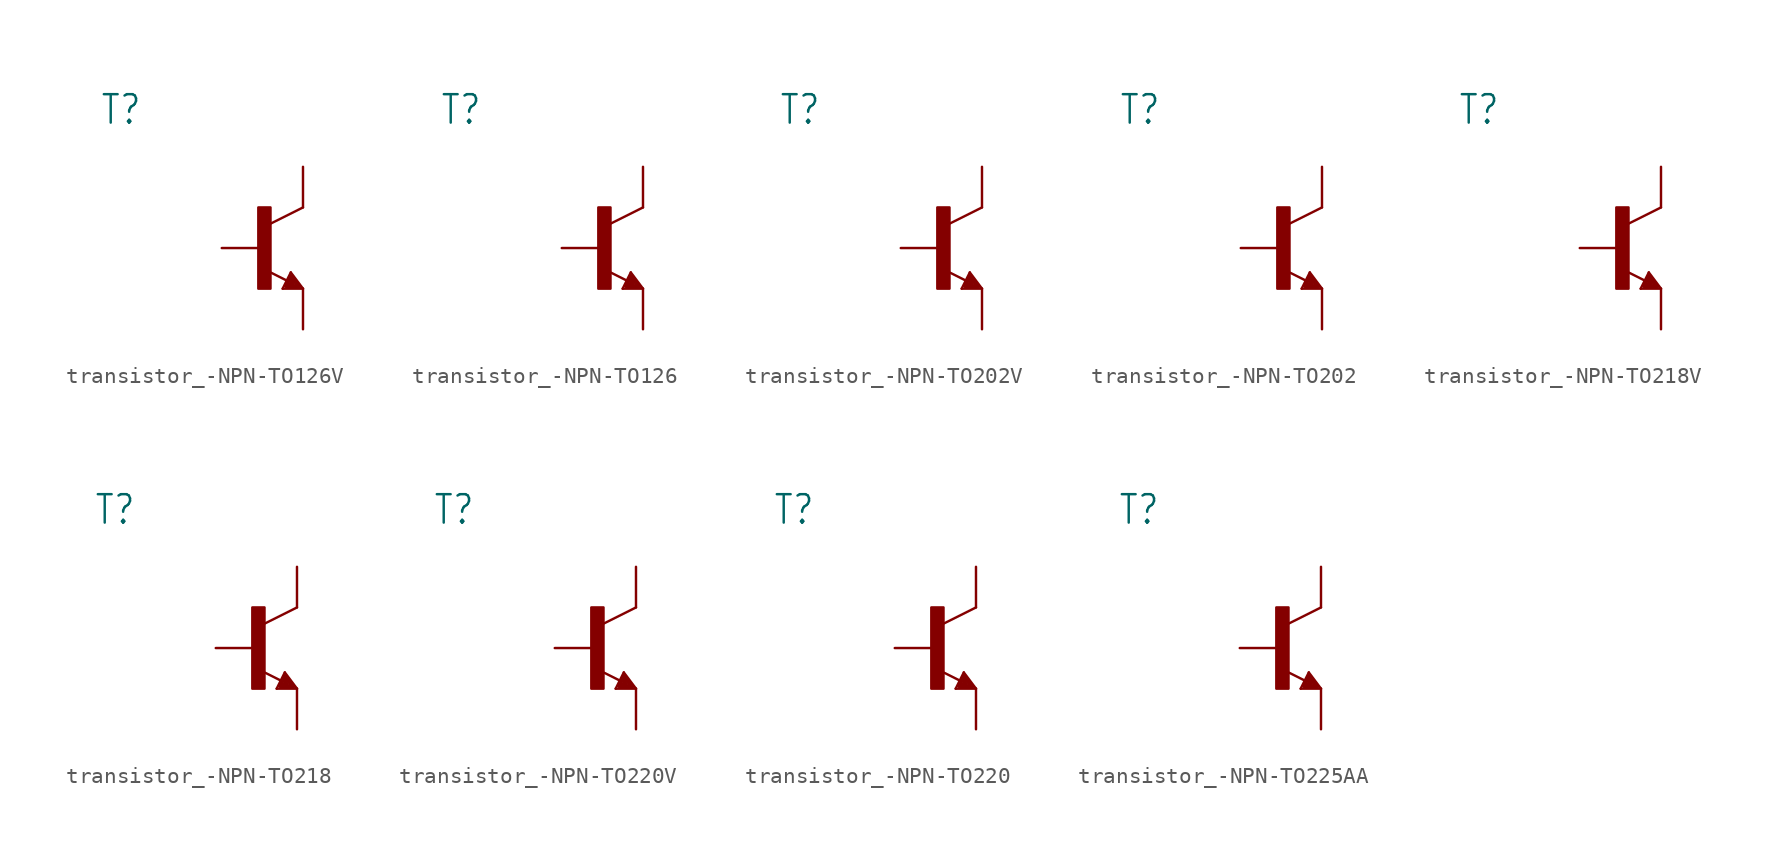
<source format=kicad_sym>
(kicad_symbol_lib
  (version 20241209)
  (generator "kicad_symbol_editor")
  (generator_version "9.0")
  (symbol "transistor_-NPN-TO126V"
    (property "Reference" "T"
      (at -10.16 7.62 0)
      (effects (font (size 1.778 1.511)) (justify left bottom)))
    (property "Value" ""
      (at -10.16 5.08 0)
      (effects (font (size 1.778 1.511)) (justify left bottom)))
    (property "ki_locked" ""
      (at 0 0 0)
      (effects (font (size 1.27 1.27))))
    (symbol "transistor_-NPN-TO126V_1_0"
      (rectangle (start -0.254 -2.54) (end 0.508 2.54) (stroke (width 0) (type default)) (fill (type outline)))
      (polyline (pts (xy 1.27 -2.54) (xy 1.778 -1.524)) (stroke (width 0.152) (type solid)) (fill (type none)))
      (polyline (pts (xy 1.524 -2.286) (xy 1.905 -2.286)) (stroke (width 0.254) (type solid)) (fill (type none)))
      (polyline (pts (xy 1.524 -2.413) (xy 2.286 -2.413)) (stroke (width 0.254) (type solid)) (fill (type none)))
      (polyline (pts (xy 1.54 -2.04) (xy 0.308 -1.424)) (stroke (width 0.152) (type solid)) (fill (type none)))
      (polyline (pts (xy 1.778 -1.524) (xy 2.54 -2.54)) (stroke (width 0.152) (type solid)) (fill (type none)))
      (polyline (pts (xy 1.778 -1.778) (xy 1.524 -2.286)) (stroke (width 0.254) (type solid)) (fill (type none)))
      (polyline (pts (xy 1.905 -2.286) (xy 1.778 -2.032)) (stroke (width 0.254) (type solid)) (fill (type none)))
      (polyline (pts (xy 2.286 -2.413) (xy 1.778 -1.778)) (stroke (width 0.254) (type solid)) (fill (type none)))
      (polyline (pts (xy 2.54 2.54) (xy 0.508 1.524)) (stroke (width 0.152) (type solid)) (fill (type none)))
      (polyline (pts (xy 2.54 -2.54) (xy 1.27 -2.54)) (stroke (width 0.152) (type solid)) (fill (type none)))
      (pin passive line (at -2.54 0 0) (length 2.54) (name "B" (effects (font (size 0 0)))) (number "3" (effects (font (size 0 0)))))
      (pin passive line (at 2.54 5.08 270) (length 2.54) (name "C" (effects (font (size 0 0)))) (number "2" (effects (font (size 0 0)))))
      (pin passive line (at 2.54 -5.08 90) (length 2.54) (name "E" (effects (font (size 0 0)))) (number "1" (effects (font (size 0 0)))))))
  (symbol "transistor_-NPN-TO126"
    (property "Reference" "T"
      (at -10.16 7.62 0)
      (effects (font (size 1.778 1.511)) (justify left bottom)))
    (property "Value" ""
      (at -10.16 5.08 0)
      (effects (font (size 1.778 1.511)) (justify left bottom)))
    (property "ki_locked" ""
      (at 0 0 0)
      (effects (font (size 1.27 1.27))))
    (symbol "transistor_-NPN-TO126_1_0"
      (rectangle (start -0.254 -2.54) (end 0.508 2.54) (stroke (width 0) (type default)) (fill (type outline)))
      (polyline (pts (xy 1.27 -2.54) (xy 1.778 -1.524)) (stroke (width 0.152) (type solid)) (fill (type none)))
      (polyline (pts (xy 1.524 -2.286) (xy 1.905 -2.286)) (stroke (width 0.254) (type solid)) (fill (type none)))
      (polyline (pts (xy 1.524 -2.413) (xy 2.286 -2.413)) (stroke (width 0.254) (type solid)) (fill (type none)))
      (polyline (pts (xy 1.54 -2.04) (xy 0.308 -1.424)) (stroke (width 0.152) (type solid)) (fill (type none)))
      (polyline (pts (xy 1.778 -1.524) (xy 2.54 -2.54)) (stroke (width 0.152) (type solid)) (fill (type none)))
      (polyline (pts (xy 1.778 -1.778) (xy 1.524 -2.286)) (stroke (width 0.254) (type solid)) (fill (type none)))
      (polyline (pts (xy 1.905 -2.286) (xy 1.778 -2.032)) (stroke (width 0.254) (type solid)) (fill (type none)))
      (polyline (pts (xy 2.286 -2.413) (xy 1.778 -1.778)) (stroke (width 0.254) (type solid)) (fill (type none)))
      (polyline (pts (xy 2.54 2.54) (xy 0.508 1.524)) (stroke (width 0.152) (type solid)) (fill (type none)))
      (polyline (pts (xy 2.54 -2.54) (xy 1.27 -2.54)) (stroke (width 0.152) (type solid)) (fill (type none)))
      (pin passive line (at -2.54 0 0) (length 2.54) (name "B" (effects (font (size 0 0)))) (number "3" (effects (font (size 0 0)))))
      (pin passive line (at 2.54 5.08 270) (length 2.54) (name "C" (effects (font (size 0 0)))) (number "2" (effects (font (size 0 0)))))
      (pin passive line (at 2.54 -5.08 90) (length 2.54) (name "E" (effects (font (size 0 0)))) (number "1" (effects (font (size 0 0)))))))
  (symbol "transistor_-NPN-TO202V"
    (property "Reference" "T"
      (at -10.16 7.62 0)
      (effects (font (size 1.778 1.511)) (justify left bottom)))
    (property "Value" ""
      (at -10.16 5.08 0)
      (effects (font (size 1.778 1.511)) (justify left bottom)))
    (property "ki_locked" ""
      (at 0 0 0)
      (effects (font (size 1.27 1.27))))
    (symbol "transistor_-NPN-TO202V_1_0"
      (rectangle (start -0.254 -2.54) (end 0.508 2.54) (stroke (width 0) (type default)) (fill (type outline)))
      (polyline (pts (xy 1.27 -2.54) (xy 1.778 -1.524)) (stroke (width 0.152) (type solid)) (fill (type none)))
      (polyline (pts (xy 1.524 -2.286) (xy 1.905 -2.286)) (stroke (width 0.254) (type solid)) (fill (type none)))
      (polyline (pts (xy 1.524 -2.413) (xy 2.286 -2.413)) (stroke (width 0.254) (type solid)) (fill (type none)))
      (polyline (pts (xy 1.54 -2.04) (xy 0.308 -1.424)) (stroke (width 0.152) (type solid)) (fill (type none)))
      (polyline (pts (xy 1.778 -1.524) (xy 2.54 -2.54)) (stroke (width 0.152) (type solid)) (fill (type none)))
      (polyline (pts (xy 1.778 -1.778) (xy 1.524 -2.286)) (stroke (width 0.254) (type solid)) (fill (type none)))
      (polyline (pts (xy 1.905 -2.286) (xy 1.778 -2.032)) (stroke (width 0.254) (type solid)) (fill (type none)))
      (polyline (pts (xy 2.286 -2.413) (xy 1.778 -1.778)) (stroke (width 0.254) (type solid)) (fill (type none)))
      (polyline (pts (xy 2.54 2.54) (xy 0.508 1.524)) (stroke (width 0.152) (type solid)) (fill (type none)))
      (polyline (pts (xy 2.54 -2.54) (xy 1.27 -2.54)) (stroke (width 0.152) (type solid)) (fill (type none)))
      (pin passive line (at -2.54 0 0) (length 2.54) (name "B" (effects (font (size 0 0)))) (number "3" (effects (font (size 0 0)))))
      (pin passive line (at 2.54 5.08 270) (length 2.54) (name "C" (effects (font (size 0 0)))) (number "2" (effects (font (size 0 0)))))
      (pin passive line (at 2.54 -5.08 90) (length 2.54) (name "E" (effects (font (size 0 0)))) (number "1" (effects (font (size 0 0)))))))
  (symbol "transistor_-NPN-TO202"
    (property "Reference" "T"
      (at -10.16 7.62 0)
      (effects (font (size 1.778 1.511)) (justify left bottom)))
    (property "Value" ""
      (at -10.16 5.08 0)
      (effects (font (size 1.778 1.511)) (justify left bottom)))
    (property "ki_locked" ""
      (at 0 0 0)
      (effects (font (size 1.27 1.27))))
    (symbol "transistor_-NPN-TO202_1_0"
      (rectangle (start -0.254 -2.54) (end 0.508 2.54) (stroke (width 0) (type default)) (fill (type outline)))
      (polyline (pts (xy 1.27 -2.54) (xy 1.778 -1.524)) (stroke (width 0.152) (type solid)) (fill (type none)))
      (polyline (pts (xy 1.524 -2.286) (xy 1.905 -2.286)) (stroke (width 0.254) (type solid)) (fill (type none)))
      (polyline (pts (xy 1.524 -2.413) (xy 2.286 -2.413)) (stroke (width 0.254) (type solid)) (fill (type none)))
      (polyline (pts (xy 1.54 -2.04) (xy 0.308 -1.424)) (stroke (width 0.152) (type solid)) (fill (type none)))
      (polyline (pts (xy 1.778 -1.524) (xy 2.54 -2.54)) (stroke (width 0.152) (type solid)) (fill (type none)))
      (polyline (pts (xy 1.778 -1.778) (xy 1.524 -2.286)) (stroke (width 0.254) (type solid)) (fill (type none)))
      (polyline (pts (xy 1.905 -2.286) (xy 1.778 -2.032)) (stroke (width 0.254) (type solid)) (fill (type none)))
      (polyline (pts (xy 2.286 -2.413) (xy 1.778 -1.778)) (stroke (width 0.254) (type solid)) (fill (type none)))
      (polyline (pts (xy 2.54 2.54) (xy 0.508 1.524)) (stroke (width 0.152) (type solid)) (fill (type none)))
      (polyline (pts (xy 2.54 -2.54) (xy 1.27 -2.54)) (stroke (width 0.152) (type solid)) (fill (type none)))
      (pin passive line (at -2.54 0 0) (length 2.54) (name "B" (effects (font (size 0 0)))) (number "3" (effects (font (size 0 0)))))
      (pin passive line (at 2.54 5.08 270) (length 2.54) (name "C" (effects (font (size 0 0)))) (number "2" (effects (font (size 0 0)))))
      (pin passive line (at 2.54 -5.08 90) (length 2.54) (name "E" (effects (font (size 0 0)))) (number "1" (effects (font (size 0 0)))))))
  (symbol "transistor_-NPN-TO218V"
    (property "Reference" "T"
      (at -10.16 7.62 0)
      (effects (font (size 1.778 1.511)) (justify left bottom)))
    (property "Value" ""
      (at -10.16 5.08 0)
      (effects (font (size 1.778 1.511)) (justify left bottom)))
    (property "ki_locked" ""
      (at 0 0 0)
      (effects (font (size 1.27 1.27))))
    (symbol "transistor_-NPN-TO218V_1_0"
      (rectangle (start -0.254 -2.54) (end 0.508 2.54) (stroke (width 0) (type default)) (fill (type outline)))
      (polyline (pts (xy 1.27 -2.54) (xy 1.778 -1.524)) (stroke (width 0.152) (type solid)) (fill (type none)))
      (polyline (pts (xy 1.524 -2.286) (xy 1.905 -2.286)) (stroke (width 0.254) (type solid)) (fill (type none)))
      (polyline (pts (xy 1.524 -2.413) (xy 2.286 -2.413)) (stroke (width 0.254) (type solid)) (fill (type none)))
      (polyline (pts (xy 1.54 -2.04) (xy 0.308 -1.424)) (stroke (width 0.152) (type solid)) (fill (type none)))
      (polyline (pts (xy 1.778 -1.524) (xy 2.54 -2.54)) (stroke (width 0.152) (type solid)) (fill (type none)))
      (polyline (pts (xy 1.778 -1.778) (xy 1.524 -2.286)) (stroke (width 0.254) (type solid)) (fill (type none)))
      (polyline (pts (xy 1.905 -2.286) (xy 1.778 -2.032)) (stroke (width 0.254) (type solid)) (fill (type none)))
      (polyline (pts (xy 2.286 -2.413) (xy 1.778 -1.778)) (stroke (width 0.254) (type solid)) (fill (type none)))
      (polyline (pts (xy 2.54 2.54) (xy 0.508 1.524)) (stroke (width 0.152) (type solid)) (fill (type none)))
      (polyline (pts (xy 2.54 -2.54) (xy 1.27 -2.54)) (stroke (width 0.152) (type solid)) (fill (type none)))
      (pin passive line (at -2.54 0 0) (length 2.54) (name "B" (effects (font (size 0 0)))) (number "1" (effects (font (size 0 0)))))
      (pin passive line (at 2.54 5.08 270) (length 2.54) (name "C" (effects (font (size 0 0)))) (number "2" (effects (font (size 0 0)))))
      (pin passive line (at 2.54 -5.08 90) (length 2.54) (name "E" (effects (font (size 0 0)))) (number "3" (effects (font (size 0 0)))))))
  (symbol "transistor_-NPN-TO218"
    (property "Reference" "T"
      (at -10.16 7.62 0)
      (effects (font (size 1.778 1.511)) (justify left bottom)))
    (property "Value" ""
      (at -10.16 5.08 0)
      (effects (font (size 1.778 1.511)) (justify left bottom)))
    (property "ki_locked" ""
      (at 0 0 0)
      (effects (font (size 1.27 1.27))))
    (symbol "transistor_-NPN-TO218_1_0"
      (rectangle (start -0.254 -2.54) (end 0.508 2.54) (stroke (width 0) (type default)) (fill (type outline)))
      (polyline (pts (xy 1.27 -2.54) (xy 1.778 -1.524)) (stroke (width 0.152) (type solid)) (fill (type none)))
      (polyline (pts (xy 1.524 -2.286) (xy 1.905 -2.286)) (stroke (width 0.254) (type solid)) (fill (type none)))
      (polyline (pts (xy 1.524 -2.413) (xy 2.286 -2.413)) (stroke (width 0.254) (type solid)) (fill (type none)))
      (polyline (pts (xy 1.54 -2.04) (xy 0.308 -1.424)) (stroke (width 0.152) (type solid)) (fill (type none)))
      (polyline (pts (xy 1.778 -1.524) (xy 2.54 -2.54)) (stroke (width 0.152) (type solid)) (fill (type none)))
      (polyline (pts (xy 1.778 -1.778) (xy 1.524 -2.286)) (stroke (width 0.254) (type solid)) (fill (type none)))
      (polyline (pts (xy 1.905 -2.286) (xy 1.778 -2.032)) (stroke (width 0.254) (type solid)) (fill (type none)))
      (polyline (pts (xy 2.286 -2.413) (xy 1.778 -1.778)) (stroke (width 0.254) (type solid)) (fill (type none)))
      (polyline (pts (xy 2.54 2.54) (xy 0.508 1.524)) (stroke (width 0.152) (type solid)) (fill (type none)))
      (polyline (pts (xy 2.54 -2.54) (xy 1.27 -2.54)) (stroke (width 0.152) (type solid)) (fill (type none)))
      (pin passive line (at -2.54 0 0) (length 2.54) (name "B" (effects (font (size 0 0)))) (number "1" (effects (font (size 0 0)))))
      (pin passive line (at 2.54 5.08 270) (length 2.54) (name "C" (effects (font (size 0 0)))) (number "2" (effects (font (size 0 0)))))
      (pin passive line (at 2.54 -5.08 90) (length 2.54) (name "E" (effects (font (size 0 0)))) (number "3" (effects (font (size 0 0)))))))
  (symbol "transistor_-NPN-TO220V"
    (property "Reference" "T"
      (at -10.16 7.62 0)
      (effects (font (size 1.778 1.511)) (justify left bottom)))
    (property "Value" ""
      (at -10.16 5.08 0)
      (effects (font (size 1.778 1.511)) (justify left bottom)))
    (property "ki_locked" ""
      (at 0 0 0)
      (effects (font (size 1.27 1.27))))
    (symbol "transistor_-NPN-TO220V_1_0"
      (rectangle (start -0.254 -2.54) (end 0.508 2.54) (stroke (width 0) (type default)) (fill (type outline)))
      (polyline (pts (xy 1.27 -2.54) (xy 1.778 -1.524)) (stroke (width 0.152) (type solid)) (fill (type none)))
      (polyline (pts (xy 1.524 -2.286) (xy 1.905 -2.286)) (stroke (width 0.254) (type solid)) (fill (type none)))
      (polyline (pts (xy 1.524 -2.413) (xy 2.286 -2.413)) (stroke (width 0.254) (type solid)) (fill (type none)))
      (polyline (pts (xy 1.54 -2.04) (xy 0.308 -1.424)) (stroke (width 0.152) (type solid)) (fill (type none)))
      (polyline (pts (xy 1.778 -1.524) (xy 2.54 -2.54)) (stroke (width 0.152) (type solid)) (fill (type none)))
      (polyline (pts (xy 1.778 -1.778) (xy 1.524 -2.286)) (stroke (width 0.254) (type solid)) (fill (type none)))
      (polyline (pts (xy 1.905 -2.286) (xy 1.778 -2.032)) (stroke (width 0.254) (type solid)) (fill (type none)))
      (polyline (pts (xy 2.286 -2.413) (xy 1.778 -1.778)) (stroke (width 0.254) (type solid)) (fill (type none)))
      (polyline (pts (xy 2.54 2.54) (xy 0.508 1.524)) (stroke (width 0.152) (type solid)) (fill (type none)))
      (polyline (pts (xy 2.54 -2.54) (xy 1.27 -2.54)) (stroke (width 0.152) (type solid)) (fill (type none)))
      (pin passive line (at -2.54 0 0) (length 2.54) (name "B" (effects (font (size 0 0)))) (number "1" (effects (font (size 0 0)))))
      (pin passive line (at 2.54 5.08 270) (length 2.54) (name "C" (effects (font (size 0 0)))) (number "2" (effects (font (size 0 0)))))
      (pin passive line (at 2.54 -5.08 90) (length 2.54) (name "E" (effects (font (size 0 0)))) (number "3" (effects (font (size 0 0)))))))
  (symbol "transistor_-NPN-TO220"
    (property "Reference" "T"
      (at -10.16 7.62 0)
      (effects (font (size 1.778 1.511)) (justify left bottom)))
    (property "Value" ""
      (at -10.16 5.08 0)
      (effects (font (size 1.778 1.511)) (justify left bottom)))
    (property "ki_locked" ""
      (at 0 0 0)
      (effects (font (size 1.27 1.27))))
    (symbol "transistor_-NPN-TO220_1_0"
      (rectangle (start -0.254 -2.54) (end 0.508 2.54) (stroke (width 0) (type default)) (fill (type outline)))
      (polyline (pts (xy 1.27 -2.54) (xy 1.778 -1.524)) (stroke (width 0.152) (type solid)) (fill (type none)))
      (polyline (pts (xy 1.524 -2.286) (xy 1.905 -2.286)) (stroke (width 0.254) (type solid)) (fill (type none)))
      (polyline (pts (xy 1.524 -2.413) (xy 2.286 -2.413)) (stroke (width 0.254) (type solid)) (fill (type none)))
      (polyline (pts (xy 1.54 -2.04) (xy 0.308 -1.424)) (stroke (width 0.152) (type solid)) (fill (type none)))
      (polyline (pts (xy 1.778 -1.524) (xy 2.54 -2.54)) (stroke (width 0.152) (type solid)) (fill (type none)))
      (polyline (pts (xy 1.778 -1.778) (xy 1.524 -2.286)) (stroke (width 0.254) (type solid)) (fill (type none)))
      (polyline (pts (xy 1.905 -2.286) (xy 1.778 -2.032)) (stroke (width 0.254) (type solid)) (fill (type none)))
      (polyline (pts (xy 2.286 -2.413) (xy 1.778 -1.778)) (stroke (width 0.254) (type solid)) (fill (type none)))
      (polyline (pts (xy 2.54 2.54) (xy 0.508 1.524)) (stroke (width 0.152) (type solid)) (fill (type none)))
      (polyline (pts (xy 2.54 -2.54) (xy 1.27 -2.54)) (stroke (width 0.152) (type solid)) (fill (type none)))
      (pin passive line (at -2.54 0 0) (length 2.54) (name "B" (effects (font (size 0 0)))) (number "1" (effects (font (size 0 0)))))
      (pin passive line (at 2.54 5.08 270) (length 2.54) (name "C" (effects (font (size 0 0)))) (number "2" (effects (font (size 0 0)))))
      (pin passive line (at 2.54 -5.08 90) (length 2.54) (name "E" (effects (font (size 0 0)))) (number "3" (effects (font (size 0 0)))))))
  (symbol "transistor_-NPN-TO225AA"
    (property "Reference" "T"
      (at -10.16 7.62 0)
      (effects (font (size 1.778 1.511)) (justify left bottom)))
    (property "Value" ""
      (at -10.16 5.08 0)
      (effects (font (size 1.778 1.511)) (justify left bottom)))
    (property "ki_locked" ""
      (at 0 0 0)
      (effects (font (size 1.27 1.27))))
    (symbol "transistor_-NPN-TO225AA_1_0"
      (rectangle (start -0.254 -2.54) (end 0.508 2.54) (stroke (width 0) (type default)) (fill (type outline)))
      (polyline (pts (xy 1.27 -2.54) (xy 1.778 -1.524)) (stroke (width 0.152) (type solid)) (fill (type none)))
      (polyline (pts (xy 1.524 -2.286) (xy 1.905 -2.286)) (stroke (width 0.254) (type solid)) (fill (type none)))
      (polyline (pts (xy 1.524 -2.413) (xy 2.286 -2.413)) (stroke (width 0.254) (type solid)) (fill (type none)))
      (polyline (pts (xy 1.54 -2.04) (xy 0.308 -1.424)) (stroke (width 0.152) (type solid)) (fill (type none)))
      (polyline (pts (xy 1.778 -1.524) (xy 2.54 -2.54)) (stroke (width 0.152) (type solid)) (fill (type none)))
      (polyline (pts (xy 1.778 -1.778) (xy 1.524 -2.286)) (stroke (width 0.254) (type solid)) (fill (type none)))
      (polyline (pts (xy 1.905 -2.286) (xy 1.778 -2.032)) (stroke (width 0.254) (type solid)) (fill (type none)))
      (polyline (pts (xy 2.286 -2.413) (xy 1.778 -1.778)) (stroke (width 0.254) (type solid)) (fill (type none)))
      (polyline (pts (xy 2.54 2.54) (xy 0.508 1.524)) (stroke (width 0.152) (type solid)) (fill (type none)))
      (polyline (pts (xy 2.54 -2.54) (xy 1.27 -2.54)) (stroke (width 0.152) (type solid)) (fill (type none)))
      (pin passive line (at -2.54 0 0) (length 2.54) (name "B" (effects (font (size 0 0)))) (number "1" (effects (font (size 0 0)))))
      (pin passive line (at 2.54 5.08 270) (length 2.54) (name "C" (effects (font (size 0 0)))) (number "2" (effects (font (size 0 0)))))
      (pin passive line (at 2.54 -5.08 90) (length 2.54) (name "E" (effects (font (size 0 0)))) (number "3" (effects (font (size 0 0))))))))
</source>
